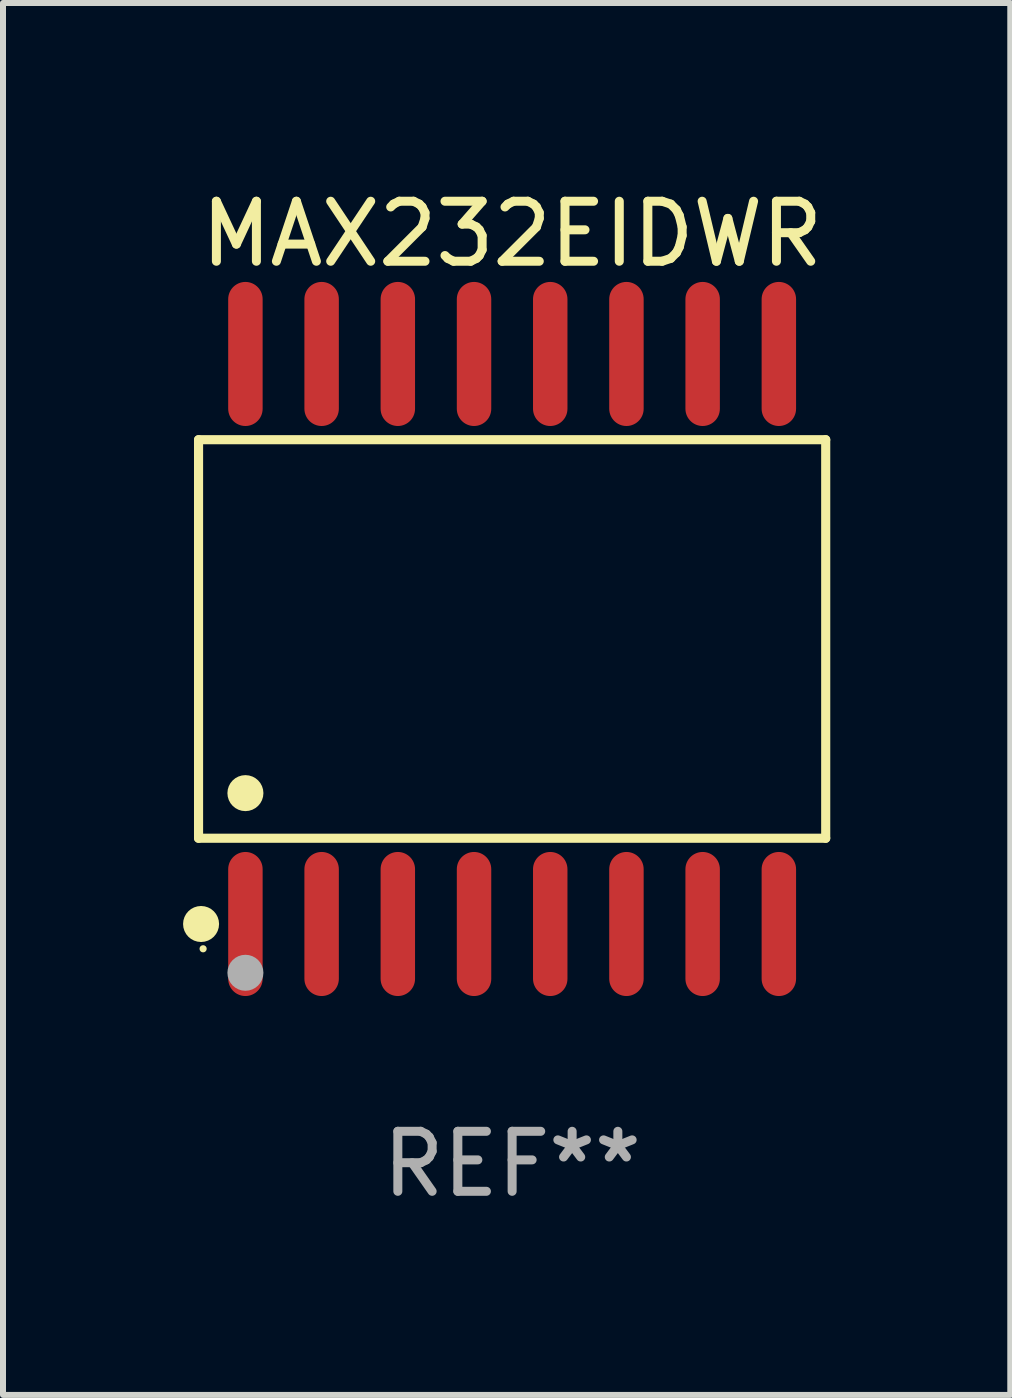
<source format=kicad_pcb>
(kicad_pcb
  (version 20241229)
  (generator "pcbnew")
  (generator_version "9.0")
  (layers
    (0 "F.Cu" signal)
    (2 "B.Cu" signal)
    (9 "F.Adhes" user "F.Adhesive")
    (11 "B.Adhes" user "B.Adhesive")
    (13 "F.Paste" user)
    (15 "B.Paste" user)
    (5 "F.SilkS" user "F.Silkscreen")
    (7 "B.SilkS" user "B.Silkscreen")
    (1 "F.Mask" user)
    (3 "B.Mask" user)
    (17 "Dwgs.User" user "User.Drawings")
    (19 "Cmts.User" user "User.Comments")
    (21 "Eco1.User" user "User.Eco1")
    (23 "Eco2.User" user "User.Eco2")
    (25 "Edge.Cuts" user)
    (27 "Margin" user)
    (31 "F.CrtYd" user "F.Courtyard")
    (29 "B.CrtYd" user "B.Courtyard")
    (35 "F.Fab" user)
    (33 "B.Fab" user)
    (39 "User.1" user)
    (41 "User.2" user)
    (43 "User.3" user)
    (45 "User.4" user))
  (footprint "MAX232EIDWR"
    (layer "F.Cu")
    (at 5.485 7.599)
    (property "Reference" "MAX232EIDWR" (at 0 -6.75 0) (layer "F.SilkS") (effects (font (size 1 1) (thickness 0.15))))
    (attr through_hole)
    (fp_line (start -5.226 -3.321) (end 5.226 -3.321) (stroke (width 0.152) (type solid)) (layer "F.SilkS"))
    (fp_line (start -5.226 3.321) (end -5.226 -3.321) (stroke (width 0.152) (type solid)) (layer "F.SilkS"))
    (fp_line (start 5.226 -3.321) (end 5.226 3.321) (stroke (width 0.152) (type solid)) (layer "F.SilkS"))
    (fp_line (start 5.226 3.321) (end -5.226 3.321) (stroke (width 0.152) (type solid)) (layer "F.SilkS"))
    (fp_circle (center -5.184 4.75) (end -5.034 4.75) (stroke (width 0.3) (type solid)) (fill no) (layer "F.SilkS"))
    (fp_circle (center -5.15 5.163) (end -5.12 5.163) (stroke (width 0.06) (type solid)) (fill no) (layer "F.SilkS"))
    (fp_circle (center -4.445 2.569) (end -4.295 2.569) (stroke (width 0.3) (type solid)) (fill no) (layer "F.SilkS"))
    (fp_circle (center -4.445 5.563) (end -4.295 5.563) (stroke (width 0.3) (type solid)) (fill no) (layer "F.Fab"))
    (fp_text user "REF**" (at 0 8.75 0) (layer "F.Fab") (effects (font (size 1 1) (thickness 0.15))))
    (pad "1" smd oval (at -4.445 4.75) (size 0.574 2.401) (layers "F.Cu" "F.Mask" "F.Paste"))
    (pad "2" smd oval (at -3.175 4.75) (size 0.574 2.401) (layers "F.Cu" "F.Mask" "F.Paste"))
    (pad "3" smd oval (at -1.905 4.75) (size 0.574 2.401) (layers "F.Cu" "F.Mask" "F.Paste"))
    (pad "4" smd oval (at -0.635 4.75) (size 0.574 2.401) (layers "F.Cu" "F.Mask" "F.Paste"))
    (pad "5" smd oval (at 0.635 4.75) (size 0.574 2.401) (layers "F.Cu" "F.Mask" "F.Paste"))
    (pad "6" smd oval (at 1.905 4.75) (size 0.574 2.401) (layers "F.Cu" "F.Mask" "F.Paste"))
    (pad "7" smd oval (at 3.175 4.75) (size 0.574 2.401) (layers "F.Cu" "F.Mask" "F.Paste"))
    (pad "8" smd oval (at 4.445 4.75) (size 0.574 2.401) (layers "F.Cu" "F.Mask" "F.Paste"))
    (pad "9" smd oval (at 4.445 -4.75) (size 0.574 2.401) (layers "F.Cu" "F.Mask" "F.Paste"))
    (pad "10" smd oval (at 3.175 -4.75) (size 0.574 2.401) (layers "F.Cu" "F.Mask" "F.Paste"))
    (pad "11" smd oval (at 1.905 -4.75) (size 0.574 2.401) (layers "F.Cu" "F.Mask" "F.Paste"))
    (pad "12" smd oval (at 0.635 -4.75) (size 0.574 2.401) (layers "F.Cu" "F.Mask" "F.Paste"))
    (pad "13" smd oval (at -0.635 -4.75) (size 0.574 2.401) (layers "F.Cu" "F.Mask" "F.Paste"))
    (pad "14" smd oval (at -1.905 -4.75) (size 0.574 2.401) (layers "F.Cu" "F.Mask" "F.Paste"))
    (pad "15" smd oval (at -3.175 -4.75) (size 0.574 2.401) (layers "F.Cu" "F.Mask" "F.Paste"))
    (pad "16" smd oval (at -4.445 -4.75) (size 0.574 2.401) (layers "F.Cu" "F.Mask" "F.Paste")))
  (gr_rect
    (start -3 -3)
    (end 13.787 20.197)
    (stroke (width 0.1) (type default))
    (fill no)
    (layer "Edge.Cuts")))
</source>
